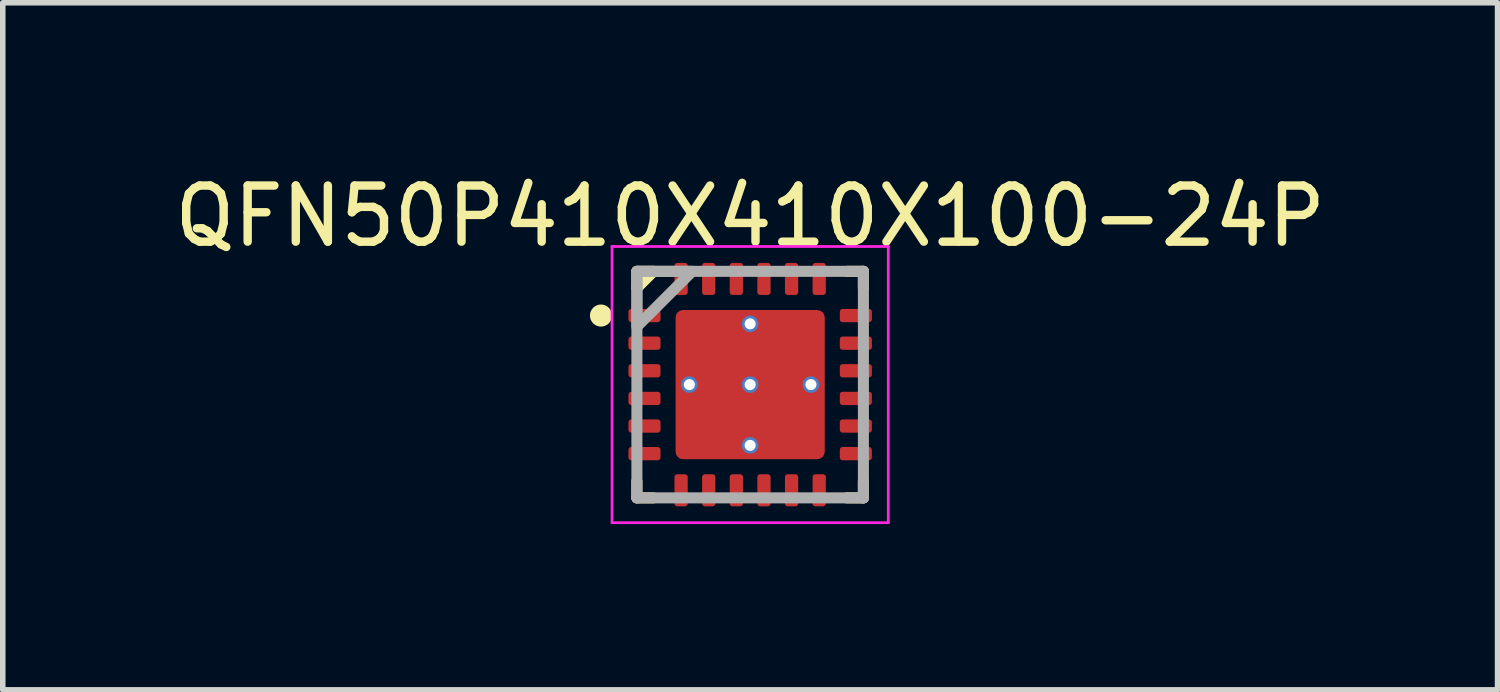
<source format=kicad_pcb>
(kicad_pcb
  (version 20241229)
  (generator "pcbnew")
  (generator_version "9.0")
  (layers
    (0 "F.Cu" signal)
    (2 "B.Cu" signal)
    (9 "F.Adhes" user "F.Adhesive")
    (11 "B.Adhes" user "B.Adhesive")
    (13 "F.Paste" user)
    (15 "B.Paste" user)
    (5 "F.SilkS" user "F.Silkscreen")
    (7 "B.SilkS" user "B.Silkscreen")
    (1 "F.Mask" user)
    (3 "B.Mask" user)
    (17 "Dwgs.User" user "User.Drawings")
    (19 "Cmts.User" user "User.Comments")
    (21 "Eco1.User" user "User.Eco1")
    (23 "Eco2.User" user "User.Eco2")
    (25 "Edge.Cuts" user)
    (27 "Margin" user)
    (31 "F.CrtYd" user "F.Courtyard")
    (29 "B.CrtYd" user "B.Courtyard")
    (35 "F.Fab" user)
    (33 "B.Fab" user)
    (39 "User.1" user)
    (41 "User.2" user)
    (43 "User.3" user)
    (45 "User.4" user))
  (footprint "QFN50P410X410X100-24P"
    (layer "F.Cu")
    (at 10.529 3.912)
    (property "Reference" "QFN50P410X410X100-24P" (at 0 -3.05 0) (unlocked yes) (layer "F.SilkS") (effects (font (size 1.016 1.016) (thickness 0.152))))
    (property "Value" "${VALUE}" (at 0 0 0) (unlocked yes) (layer "F.Fab") (hide yes) (effects (font (size 1.016 1.016) (thickness 0.152))))
    (attr smd)
    (fp_line (start -2.05 -2.05) (end -2.05 -1.75) (stroke (width 0.2) (type default)) (layer "F.SilkS"))
    (fp_line (start -2.05 -1.75) (end -1.75 -2.05) (stroke (width 0.2) (type default)) (layer "F.SilkS"))
    (fp_line (start -2.05 1.75) (end -2.05 2.05) (stroke (width 0.2) (type default)) (layer "F.SilkS"))
    (fp_line (start -2.05 2.05) (end -1.75 2.05) (stroke (width 0.2) (type default)) (layer "F.SilkS"))
    (fp_line (start -1.75 -2.05) (end -2.05 -2.05) (stroke (width 0.2) (type default)) (layer "F.SilkS"))
    (fp_line (start 1.75 2.05) (end 2.05 2.05) (stroke (width 0.2) (type default)) (layer "F.SilkS"))
    (fp_line (start 2.05 -2.05) (end 1.75 -2.05) (stroke (width 0.2) (type default)) (layer "F.SilkS"))
    (fp_line (start 2.05 -1.75) (end 2.05 -2.05) (stroke (width 0.2) (type default)) (layer "F.SilkS"))
    (fp_line (start 2.05 2.05) (end 2.05 1.75) (stroke (width 0.2) (type default)) (layer "F.SilkS"))
    (fp_circle (center -2.7 -1.25) (end -2.6 -1.25) (stroke (width 0.2) (type default)) (fill no) (layer "F.SilkS"))
    (fp_line (start -2.5 -2.5) (end -2.5 2.5) (stroke (width 0.05) (type default)) (layer "F.CrtYd"))
    (fp_line (start -2.5 2.5) (end 2.5 2.5) (stroke (width 0.05) (type default)) (layer "F.CrtYd"))
    (fp_line (start 2.5 -2.5) (end -2.5 -2.5) (stroke (width 0.05) (type default)) (layer "F.CrtYd"))
    (fp_line (start 2.5 2.5) (end 2.5 -2.5) (stroke (width 0.05) (type default)) (layer "F.CrtYd"))
    (fp_line (start -2.05 -2.05) (end -2.05 2.05) (stroke (width 0.2) (type default)) (layer "F.Fab"))
    (fp_line (start -2.05 2.05) (end 2.05 2.05) (stroke (width 0.2) (type default)) (layer "F.Fab"))
    (fp_line (start 2.05 -2.05) (end -2.05 -2.05) (stroke (width 0.2) (type default)) (layer "F.Fab"))
    (fp_line (start 2.05 2.05) (end 2.05 -2.05) (stroke (width 0.2) (type default)) (layer "F.Fab"))
    (fp_poly (pts (xy -2.05 -2.05) (xy -1.05 -2.05) (xy -2.05 -1.05)) (stroke (width 0.2) (type solid)) (fill no) (layer "F.Fab"))
    (pad "1" smd roundrect (at -1.913 -1.25) (size 0.58 0.24) (layers "F.Cu" "F.Mask" "F.Paste") (roundrect_rratio 0.208))
    (pad "2" smd roundrect (at -1.913 -0.75) (size 0.58 0.24) (layers "F.Cu" "F.Mask" "F.Paste") (roundrect_rratio 0.208))
    (pad "3" smd roundrect (at -1.913 -0.25) (size 0.58 0.24) (layers "F.Cu" "F.Mask" "F.Paste") (roundrect_rratio 0.208))
    (pad "4" smd roundrect (at -1.913 0.25) (size 0.58 0.24) (layers "F.Cu" "F.Mask" "F.Paste") (roundrect_rratio 0.208))
    (pad "5" smd roundrect (at -1.913 0.75) (size 0.58 0.24) (layers "F.Cu" "F.Mask" "F.Paste") (roundrect_rratio 0.208))
    (pad "6" smd roundrect (at -1.913 1.25) (size 0.58 0.24) (layers "F.Cu" "F.Mask" "F.Paste") (roundrect_rratio 0.208))
    (pad "7" smd roundrect (at -1.25 1.913 90) (size 0.58 0.24) (layers "F.Cu" "F.Mask" "F.Paste") (roundrect_rratio 0.208))
    (pad "8" smd roundrect (at -0.75 1.913 90) (size 0.58 0.24) (layers "F.Cu" "F.Mask" "F.Paste") (roundrect_rratio 0.208))
    (pad "9" smd roundrect (at -0.25 1.913 90) (size 0.58 0.24) (layers "F.Cu" "F.Mask" "F.Paste") (roundrect_rratio 0.208))
    (pad "10" smd roundrect (at 0.25 1.913 90) (size 0.58 0.24) (layers "F.Cu" "F.Mask" "F.Paste") (roundrect_rratio 0.208))
    (pad "11" smd roundrect (at 0.75 1.913 90) (size 0.58 0.24) (layers "F.Cu" "F.Mask" "F.Paste") (roundrect_rratio 0.208))
    (pad "12" smd roundrect (at 1.25 1.913 90) (size 0.58 0.24) (layers "F.Cu" "F.Mask" "F.Paste") (roundrect_rratio 0.208))
    (pad "13" smd roundrect (at 1.913 1.25 180) (size 0.58 0.24) (layers "F.Cu" "F.Mask" "F.Paste") (roundrect_rratio 0.208))
    (pad "14" smd roundrect (at 1.913 0.75 180) (size 0.58 0.24) (layers "F.Cu" "F.Mask" "F.Paste") (roundrect_rratio 0.208))
    (pad "15" smd roundrect (at 1.913 0.25 180) (size 0.58 0.24) (layers "F.Cu" "F.Mask" "F.Paste") (roundrect_rratio 0.208))
    (pad "16" smd roundrect (at 1.913 -0.25 180) (size 0.58 0.24) (layers "F.Cu" "F.Mask" "F.Paste") (roundrect_rratio 0.208))
    (pad "17" smd roundrect (at 1.913 -0.75 180) (size 0.58 0.24) (layers "F.Cu" "F.Mask" "F.Paste") (roundrect_rratio 0.208))
    (pad "18" smd roundrect (at 1.913 -1.25 180) (size 0.58 0.24) (layers "F.Cu" "F.Mask" "F.Paste") (roundrect_rratio 0.208))
    (pad "19" smd roundrect (at 1.25 -1.913 270) (size 0.58 0.24) (layers "F.Cu" "F.Mask" "F.Paste") (roundrect_rratio 0.208))
    (pad "20" smd roundrect (at 0.75 -1.913 270) (size 0.58 0.24) (layers "F.Cu" "F.Mask" "F.Paste") (roundrect_rratio 0.208))
    (pad "21" smd roundrect (at 0.25 -1.913 270) (size 0.58 0.24) (layers "F.Cu" "F.Mask" "F.Paste") (roundrect_rratio 0.208))
    (pad "22" smd roundrect (at -0.25 -1.913 270) (size 0.58 0.24) (layers "F.Cu" "F.Mask" "F.Paste") (roundrect_rratio 0.208))
    (pad "23" smd roundrect (at -0.75 -1.913 270) (size 0.58 0.24) (layers "F.Cu" "F.Mask" "F.Paste") (roundrect_rratio 0.208))
    (pad "24" smd roundrect (at -1.25 -1.913 270) (size 0.58 0.24) (layers "F.Cu" "F.Mask" "F.Paste") (roundrect_rratio 0.208))
    (pad "25" thru_hole circle (at -1.1 0) (size 0.3 0.3) (drill 0.2) (layers "*.Cu"))
    (pad "25" thru_hole circle (at 0 -1.1) (size 0.3 0.3) (drill 0.2) (layers "*.Cu"))
    (pad "25" thru_hole circle (at 0 0) (size 0.3 0.3) (drill 0.2) (layers "*.Cu"))
    (pad "25" smd roundrect (at 0 0 270) (size 2.7 2.7) (layers "F.Cu" "F.Mask" "F.Paste") (roundrect_rratio 0.05))
    (pad "25" thru_hole circle (at 0 1.1) (size 0.3 0.3) (drill 0.2) (layers "*.Cu"))
    (pad "25" thru_hole circle (at 1.1 0) (size 0.3 0.3) (drill 0.2) (layers "*.Cu")))
  (gr_rect
    (start -3 -3)
    (end 24.058 9.437)
    (stroke (width 0.1) (type default))
    (fill no)
    (layer "Edge.Cuts")))
</source>
